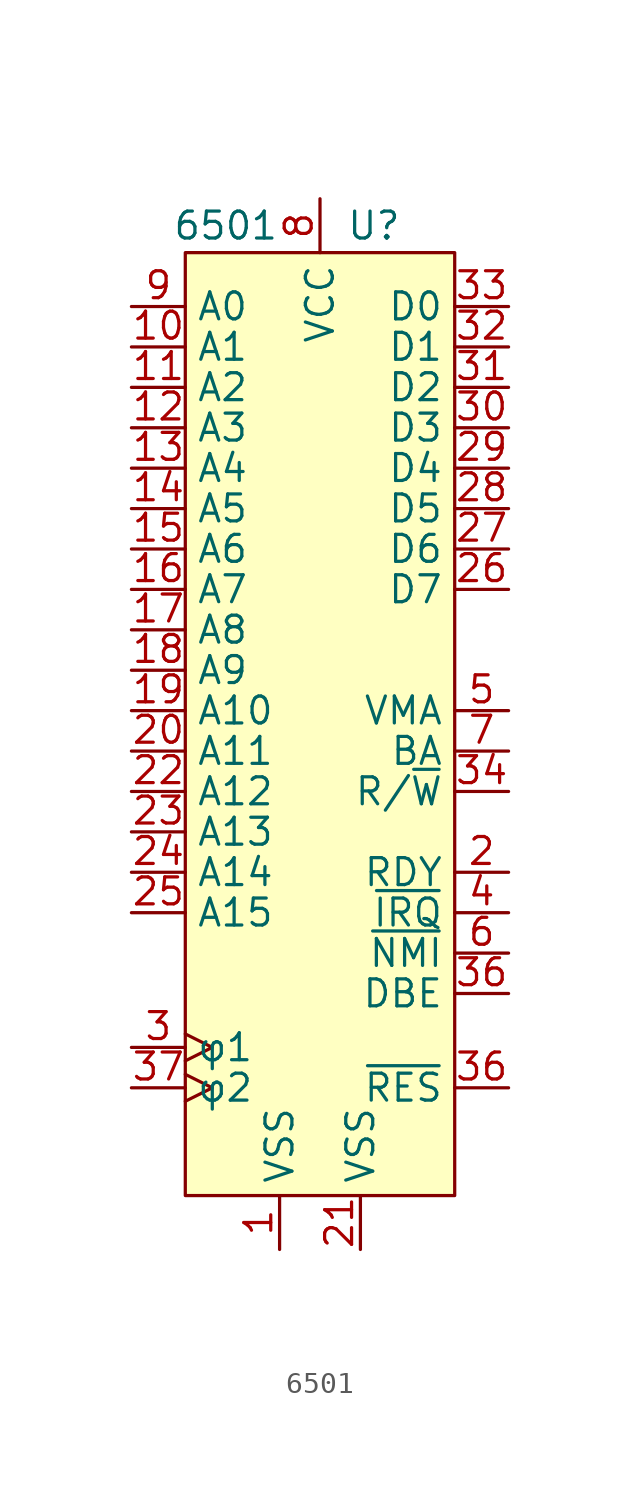
<source format=kicad_sym>
(kicad_symbol_lib
  (version 20211014)
  (generator kicad_symbol_editor)
  (symbol "6501"
    (property "Reference" "U"
      (at 2.54 23.495 0)
      (effects (font (size 1.27 1.27))))
    (property "Value" "6501"
      (at -4.445 23.495 0)
      (effects (font (size 1.27 1.27))))
    (symbol "6501_0_1"
      (rectangle (start -6.35 22.225) (end 6.35 -22.225) (stroke (width 0) (type default) (color 0 0 0 0)) (fill (type background))))
    (symbol "6501_1_1"
      (pin power_in line (at -1.905 -24.765 90) (length 2.54) (name "VSS" (effects (font (size 1.27 1.27)))) (number "1" (effects (font (size 1.27 1.27)))))
      (pin output line (at -8.89 17.78 0) (length 2.54) (name "A1" (effects (font (size 1.27 1.27)))) (number "10" (effects (font (size 1.27 1.27)))))
      (pin output line (at -8.89 15.875 0) (length 2.54) (name "A2" (effects (font (size 1.27 1.27)))) (number "11" (effects (font (size 1.27 1.27)))))
      (pin output line (at -8.89 13.97 0) (length 2.54) (name "A3" (effects (font (size 1.27 1.27)))) (number "12" (effects (font (size 1.27 1.27)))))
      (pin output line (at -8.89 12.065 0) (length 2.54) (name "A4" (effects (font (size 1.27 1.27)))) (number "13" (effects (font (size 1.27 1.27)))))
      (pin output line (at -8.89 10.16 0) (length 2.54) (name "A5" (effects (font (size 1.27 1.27)))) (number "14" (effects (font (size 1.27 1.27)))))
      (pin output line (at -8.89 8.255 0) (length 2.54) (name "A6" (effects (font (size 1.27 1.27)))) (number "15" (effects (font (size 1.27 1.27)))))
      (pin output line (at -8.89 6.35 0) (length 2.54) (name "A7" (effects (font (size 1.27 1.27)))) (number "16" (effects (font (size 1.27 1.27)))))
      (pin output line (at -8.89 4.445 0) (length 2.54) (name "A8" (effects (font (size 1.27 1.27)))) (number "17" (effects (font (size 1.27 1.27)))))
      (pin output line (at -8.89 2.54 0) (length 2.54) (name "A9" (effects (font (size 1.27 1.27)))) (number "18" (effects (font (size 1.27 1.27)))))
      (pin output line (at -8.89 0.635 0) (length 2.54) (name "A10" (effects (font (size 1.27 1.27)))) (number "19" (effects (font (size 1.27 1.27)))))
      (pin input line (at 8.89 -6.985 180) (length 2.54) (name "RDY" (effects (font (size 1.27 1.27)))) (number "2" (effects (font (size 1.27 1.27)))))
      (pin output line (at -8.89 -1.27 0) (length 2.54) (name "A11" (effects (font (size 1.27 1.27)))) (number "20" (effects (font (size 1.27 1.27)))))
      (pin power_in line (at 1.905 -24.765 90) (length 2.54) (name "VSS" (effects (font (size 1.27 1.27)))) (number "21" (effects (font (size 1.27 1.27)))))
      (pin output line (at -8.89 -3.175 0) (length 2.54) (name "A12" (effects (font (size 1.27 1.27)))) (number "22" (effects (font (size 1.27 1.27)))))
      (pin output line (at -8.89 -5.08 0) (length 2.54) (name "A13" (effects (font (size 1.27 1.27)))) (number "23" (effects (font (size 1.27 1.27)))))
      (pin output line (at -8.89 -6.985 0) (length 2.54) (name "A14" (effects (font (size 1.27 1.27)))) (number "24" (effects (font (size 1.27 1.27)))))
      (pin output line (at -8.89 -8.89 0) (length 2.54) (name "A15" (effects (font (size 1.27 1.27)))) (number "25" (effects (font (size 1.27 1.27)))))
      (pin bidirectional line (at 8.89 6.35 180) (length 2.54) (name "D7" (effects (font (size 1.27 1.27)))) (number "26" (effects (font (size 1.27 1.27)))))
      (pin bidirectional line (at 8.89 8.255 180) (length 2.54) (name "D6" (effects (font (size 1.27 1.27)))) (number "27" (effects (font (size 1.27 1.27)))))
      (pin bidirectional line (at 8.89 10.16 180) (length 2.54) (name "D5" (effects (font (size 1.27 1.27)))) (number "28" (effects (font (size 1.27 1.27)))))
      (pin bidirectional line (at 8.89 12.065 180) (length 2.54) (name "D4" (effects (font (size 1.27 1.27)))) (number "29" (effects (font (size 1.27 1.27)))))
      (pin input clock (at -8.89 -15.24 0) (length 2.54) (name "φ1" (effects (font (size 1.27 1.27)))) (number "3" (effects (font (size 1.27 1.27)))))
      (pin bidirectional line (at 8.89 13.97 180) (length 2.54) (name "D3" (effects (font (size 1.27 1.27)))) (number "30" (effects (font (size 1.27 1.27)))))
      (pin bidirectional line (at 8.89 15.875 180) (length 2.54) (name "D2" (effects (font (size 1.27 1.27)))) (number "31" (effects (font (size 1.27 1.27)))))
      (pin bidirectional line (at 8.89 17.78 180) (length 2.54) (name "D1" (effects (font (size 1.27 1.27)))) (number "32" (effects (font (size 1.27 1.27)))))
      (pin bidirectional line (at 8.89 19.685 180) (length 2.54) (name "D0" (effects (font (size 1.27 1.27)))) (number "33" (effects (font (size 1.27 1.27)))))
      (pin output line (at 8.89 -3.175 180) (length 2.54) (name "R/~{W}" (effects (font (size 1.27 1.27)))) (number "34" (effects (font (size 1.27 1.27)))))
      (pin no_connect line (at 8.89 -5.08 180) (length 2.54) hide (name "N.C." (effects (font (size 1.27 1.27)))) (number "35" (effects (font (size 1.27 1.27)))))
      (pin input line (at 8.89 -12.7 180) (length 2.54) (name "DBE" (effects (font (size 1.27 1.27)))) (number "36" (effects (font (size 1.27 1.27)))))
      (pin input line (at 8.89 -17.145 180) (length 2.54) (name "~{RES}" (effects (font (size 1.27 1.27)))) (number "36" (effects (font (size 1.27 1.27)))))
      (pin input clock (at -8.89 -17.145 0) (length 2.54) (name "φ2" (effects (font (size 1.27 1.27)))) (number "37" (effects (font (size 1.27 1.27)))))
      (pin no_connect line (at 8.89 4.445 180) (length 2.54) hide (name "N.C." (effects (font (size 1.27 1.27)))) (number "38" (effects (font (size 1.27 1.27)))))
      (pin no_connect line (at 8.89 2.54 180) (length 2.54) hide (name "N.C." (effects (font (size 1.27 1.27)))) (number "39" (effects (font (size 1.27 1.27)))))
      (pin input line (at 8.89 -8.89 180) (length 2.54) (name "~{IRQ}" (effects (font (size 1.27 1.27)))) (number "4" (effects (font (size 1.27 1.27)))))
      (pin output line (at 8.89 0.635 180) (length 2.54) (name "VMA" (effects (font (size 1.27 1.27)))) (number "5" (effects (font (size 1.27 1.27)))))
      (pin input line (at 8.89 -10.795 180) (length 2.54) (name "~{NMI}" (effects (font (size 1.27 1.27)))) (number "6" (effects (font (size 1.27 1.27)))))
      (pin output line (at 8.89 -1.27 180) (length 2.54) (name "BA" (effects (font (size 1.27 1.27)))) (number "7" (effects (font (size 1.27 1.27)))))
      (pin power_in line (at 0 24.765 270) (length 2.54) (name "VCC" (effects (font (size 1.27 1.27)))) (number "8" (effects (font (size 1.27 1.27)))))
      (pin output line (at -8.89 19.685 0) (length 2.54) (name "A0" (effects (font (size 1.27 1.27)))) (number "9" (effects (font (size 1.27 1.27))))))))
</source>
